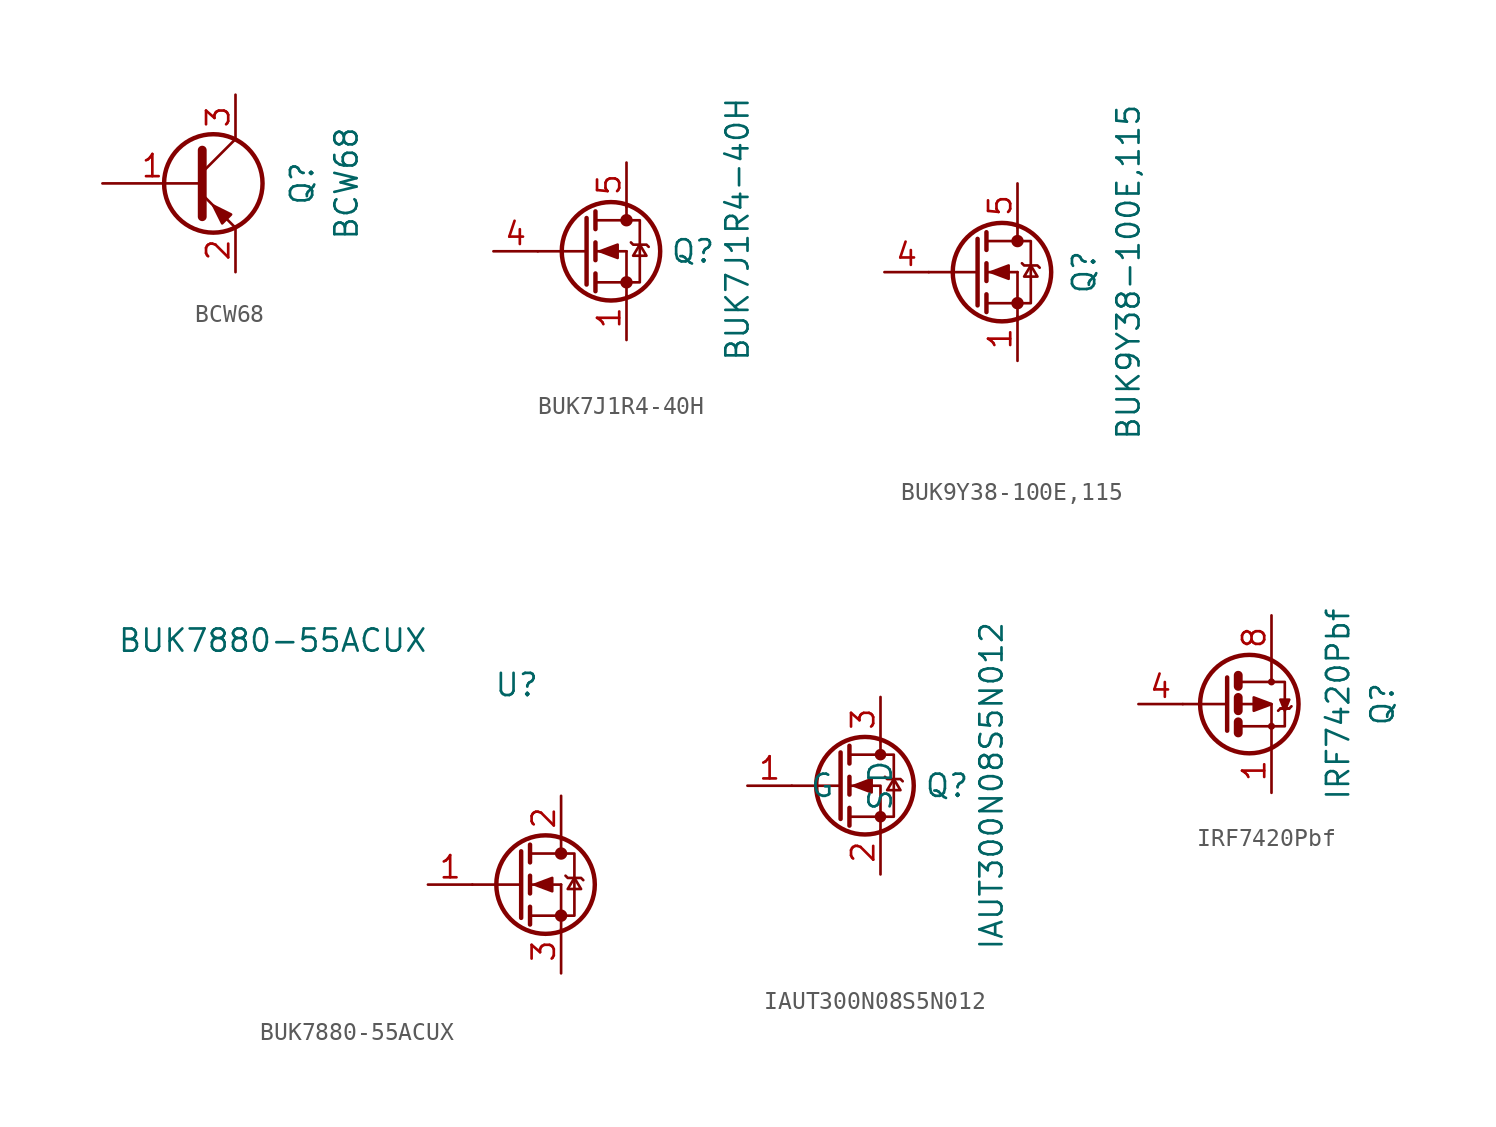
<source format=kicad_sym>
(kicad_symbol_lib
  (version 20211014)
  (generator kicad_symbol_editor)
  (symbol "BCW68"
    (pin_names
      (offset 1.016))
    (property "Reference" "Q"
      (at 3.81 0 90)
      (effects (font (size 1.27 1.27))))
    (property "Value" "BCW68"
      (at 6.35 0 90)
      (effects (font (size 1.27 1.27))))
    (symbol "BCW68_1_1"
      (circle (center -1.27 0) (radius 2.819) (stroke (width 0.254) (type default) (color 0 0 0 0)) (fill (type none)))
      (polyline (pts (xy -1.905 0.635) (xy 0 2.54)) (stroke (width 0) (type default) (color 0 0 0 0)) (fill (type none)))
      (polyline (pts (xy -1.905 -0.635) (xy 0 -2.54) (xy 0 -2.54)) (stroke (width 0) (type default) (color 0 0 0 0)) (fill (type none)))
      (polyline (pts (xy -1.905 1.905) (xy -1.905 -1.905) (xy -1.905 -1.905)) (stroke (width 0.508) (type default) (color 0 0 0 0)) (fill (type none)))
      (polyline (pts (xy -0.254 -1.778) (xy -0.762 -2.286) (xy -1.27 -1.27) (xy -0.254 -1.778) (xy -0.254 -1.778)) (stroke (width 0) (type default) (color 0 0 0 0)) (fill (type outline)))
      (pin input line (at -7.62 0 0) (length 5.715) (name "~" (effects (font (size 1.27 1.27)))) (number "1" (effects (font (size 1.27 1.27)))))
      (pin passive line (at 0 -5.08 90) (length 2.54) (name "~" (effects (font (size 1.27 1.27)))) (number "2" (effects (font (size 1.27 1.27)))))
      (pin passive line (at 0 5.08 270) (length 2.54) (name "~" (effects (font (size 1.27 1.27)))) (number "3" (effects (font (size 1.27 1.27)))))))
  (symbol "BUK7J1R4-40H"
    (pin_names
      (offset 1.016))
    (property "Reference" "Q"
      (at 3.81 0 0)
      (effects (font (size 1.27 1.27))))
    (property "Value" "BUK7J1R4-40H"
      (at 6.35 1.27 90)
      (effects (font (size 1.27 1.27))))
    (symbol "BUK7J1R4-40H_1_1"
      (circle (center -0.889 0) (radius 2.819) (stroke (width 0.254) (type default) (color 0 0 0 0)) (fill (type none)))
      (circle (center 0 -1.778) (radius 0.279) (stroke (width 0) (type default) (color 0 0 0 0)) (fill (type outline)))
      (polyline (pts (xy -5.08 0) (xy -2.286 0)) (stroke (width 0) (type default) (color 0 0 0 0)) (fill (type none)))
      (polyline (pts (xy -1.778 -1.778) (xy 0 -1.778)) (stroke (width 0) (type default) (color 0 0 0 0)) (fill (type none)))
      (polyline (pts (xy -1.778 -1.27) (xy -1.778 -2.286)) (stroke (width 0.254) (type default) (color 0 0 0 0)) (fill (type none)))
      (polyline (pts (xy -1.778 0) (xy 0 0)) (stroke (width 0) (type default) (color 0 0 0 0)) (fill (type none)))
      (polyline (pts (xy -1.778 0.508) (xy -1.778 -0.508)) (stroke (width 0.254) (type default) (color 0 0 0 0)) (fill (type none)))
      (polyline (pts (xy -1.778 1.778) (xy 0 1.778)) (stroke (width 0) (type default) (color 0 0 0 0)) (fill (type none)))
      (polyline (pts (xy -1.778 2.286) (xy -1.778 1.27)) (stroke (width 0.254) (type default) (color 0 0 0 0)) (fill (type none)))
      (polyline (pts (xy 0 -1.778) (xy 0 -2.54)) (stroke (width 0) (type default) (color 0 0 0 0)) (fill (type none)))
      (polyline (pts (xy 0 -1.778) (xy 0 0)) (stroke (width 0) (type default) (color 0 0 0 0)) (fill (type none)))
      (polyline (pts (xy 0 2.54) (xy 0 1.778)) (stroke (width 0) (type default) (color 0 0 0 0)) (fill (type none)))
      (polyline (pts (xy -2.286 1.905) (xy -2.286 -1.905) (xy -2.286 -1.905)) (stroke (width 0.254) (type default) (color 0 0 0 0)) (fill (type none)))
      (polyline (pts (xy -1.524 0) (xy -0.508 0.381) (xy -0.508 -0.381) (xy -1.524 0)) (stroke (width 0) (type default) (color 0 0 0 0)) (fill (type outline)))
      (polyline (pts (xy 0 -1.778) (xy 0.762 -1.778) (xy 0.762 1.778) (xy 0 1.778)) (stroke (width 0) (type default) (color 0 0 0 0)) (fill (type none)))
      (polyline (pts (xy 0.254 0.508) (xy 0.381 0.381) (xy 1.143 0.381) (xy 1.27 0.254)) (stroke (width 0) (type default) (color 0 0 0 0)) (fill (type none)))
      (polyline (pts (xy 0.762 0.381) (xy 0.381 -0.254) (xy 1.143 -0.254) (xy 0.762 0.381)) (stroke (width 0) (type default) (color 0 0 0 0)) (fill (type none)))
      (circle (center 0 1.778) (radius 0.279) (stroke (width 0) (type default) (color 0 0 0 0)) (fill (type outline)))
      (pin passive line (at 0 -5.08 90) (length 2.54) (name "~" (effects (font (size 1.27 1.27)))) (number "1" (effects (font (size 1.27 1.27)))))
      (pin passive line (at 0 -5.08 90) (length 2.54) hide (name "~" (effects (font (size 1.27 1.27)))) (number "2" (effects (font (size 1.27 1.27)))))
      (pin passive line (at 0 -5.08 90) (length 2.54) hide (name "~" (effects (font (size 1.27 1.27)))) (number "3" (effects (font (size 1.27 1.27)))))
      (pin input line (at -7.62 0 0) (length 2.54) (name "~" (effects (font (size 1.27 1.27)))) (number "4" (effects (font (size 1.27 1.27)))))
      (pin passive line (at 0 5.08 270) (length 2.54) (name "~" (effects (font (size 1.27 1.27)))) (number "5" (effects (font (size 1.27 1.27)))))))
  (symbol "BUK9Y38-100E,115"
    (pin_names
      (offset 1.016))
    (property "Reference" "Q"
      (at 3.81 0 90)
      (effects (font (size 1.27 1.27))))
    (property "Value" "BUK9Y38-100E,115"
      (at 6.35 0 90)
      (effects (font (size 1.27 1.27))))
    (symbol "BUK9Y38-100E,115_1_1"
      (circle (center -0.889 0) (radius 2.819) (stroke (width 0.254) (type default) (color 0 0 0 0)) (fill (type none)))
      (circle (center 0 -1.778) (radius 0.279) (stroke (width 0) (type default) (color 0 0 0 0)) (fill (type outline)))
      (polyline (pts (xy -5.08 0) (xy -2.286 0)) (stroke (width 0) (type default) (color 0 0 0 0)) (fill (type none)))
      (polyline (pts (xy -1.778 -1.778) (xy 0 -1.778)) (stroke (width 0) (type default) (color 0 0 0 0)) (fill (type none)))
      (polyline (pts (xy -1.778 -1.27) (xy -1.778 -2.286)) (stroke (width 0.254) (type default) (color 0 0 0 0)) (fill (type none)))
      (polyline (pts (xy -1.778 0) (xy 0 0)) (stroke (width 0) (type default) (color 0 0 0 0)) (fill (type none)))
      (polyline (pts (xy -1.778 0.508) (xy -1.778 -0.508)) (stroke (width 0.254) (type default) (color 0 0 0 0)) (fill (type none)))
      (polyline (pts (xy -1.778 1.778) (xy 0 1.778)) (stroke (width 0) (type default) (color 0 0 0 0)) (fill (type none)))
      (polyline (pts (xy -1.778 2.286) (xy -1.778 1.27)) (stroke (width 0.254) (type default) (color 0 0 0 0)) (fill (type none)))
      (polyline (pts (xy 0 -1.778) (xy 0 -2.54)) (stroke (width 0) (type default) (color 0 0 0 0)) (fill (type none)))
      (polyline (pts (xy 0 -1.778) (xy 0 0)) (stroke (width 0) (type default) (color 0 0 0 0)) (fill (type none)))
      (polyline (pts (xy 0 2.54) (xy 0 1.778)) (stroke (width 0) (type default) (color 0 0 0 0)) (fill (type none)))
      (polyline (pts (xy -2.286 1.905) (xy -2.286 -1.905) (xy -2.286 -1.905)) (stroke (width 0.254) (type default) (color 0 0 0 0)) (fill (type none)))
      (polyline (pts (xy -1.524 0) (xy -0.508 0.381) (xy -0.508 -0.381) (xy -1.524 0)) (stroke (width 0) (type default) (color 0 0 0 0)) (fill (type outline)))
      (polyline (pts (xy 0 -1.778) (xy 0.762 -1.778) (xy 0.762 1.778) (xy 0 1.778)) (stroke (width 0) (type default) (color 0 0 0 0)) (fill (type none)))
      (polyline (pts (xy 0.254 0.508) (xy 0.381 0.381) (xy 1.143 0.381) (xy 1.27 0.254)) (stroke (width 0) (type default) (color 0 0 0 0)) (fill (type none)))
      (polyline (pts (xy 0.762 0.381) (xy 0.381 -0.254) (xy 1.143 -0.254) (xy 0.762 0.381)) (stroke (width 0) (type default) (color 0 0 0 0)) (fill (type none)))
      (circle (center 0 1.778) (radius 0.279) (stroke (width 0) (type default) (color 0 0 0 0)) (fill (type outline)))
      (pin passive line (at 0 -5.08 90) (length 2.54) (name "~" (effects (font (size 1.27 1.27)))) (number "1" (effects (font (size 1.27 1.27)))))
      (pin passive line (at 0 -5.08 90) (length 2.54) hide (name "~" (effects (font (size 1.27 1.27)))) (number "2" (effects (font (size 1.27 1.27)))))
      (pin passive line (at 0 -5.08 90) (length 2.54) hide (name "~" (effects (font (size 1.27 1.27)))) (number "3" (effects (font (size 1.27 1.27)))))
      (pin input line (at -7.62 0 0) (length 2.54) (name "~" (effects (font (size 1.27 1.27)))) (number "4" (effects (font (size 1.27 1.27)))))
      (pin passive line (at 0 5.08 270) (length 2.54) (name "~" (effects (font (size 1.27 1.27)))) (number "5" (effects (font (size 1.27 1.27)))))))
  (symbol "BUK7880-55ACUX"
    (pin_names
      (offset 1.016))
    (property "Reference" "U"
      (at -2.54 11.43 0)
      (effects (font (size 1.27 1.27))))
    (property "Value" "BUK7880-55ACUX"
      (at -16.51 13.97 0)
      (effects (font (size 1.27 1.27))))
    (symbol "BUK7880-55ACUX_1_1"
      (circle (center -0.889 0) (radius 2.819) (stroke (width 0.254) (type default) (color 0 0 0 0)) (fill (type none)))
      (circle (center 0 -1.778) (radius 0.279) (stroke (width 0) (type default) (color 0 0 0 0)) (fill (type outline)))
      (polyline (pts (xy -5.08 0) (xy -2.286 0)) (stroke (width 0) (type default) (color 0 0 0 0)) (fill (type none)))
      (polyline (pts (xy -1.778 -1.778) (xy 0 -1.778)) (stroke (width 0) (type default) (color 0 0 0 0)) (fill (type none)))
      (polyline (pts (xy -1.778 -1.27) (xy -1.778 -2.286)) (stroke (width 0.254) (type default) (color 0 0 0 0)) (fill (type none)))
      (polyline (pts (xy -1.778 0) (xy 0 0)) (stroke (width 0) (type default) (color 0 0 0 0)) (fill (type none)))
      (polyline (pts (xy -1.778 0.508) (xy -1.778 -0.508)) (stroke (width 0.254) (type default) (color 0 0 0 0)) (fill (type none)))
      (polyline (pts (xy -1.778 1.778) (xy 0 1.778)) (stroke (width 0) (type default) (color 0 0 0 0)) (fill (type none)))
      (polyline (pts (xy -1.778 2.286) (xy -1.778 1.27)) (stroke (width 0.254) (type default) (color 0 0 0 0)) (fill (type none)))
      (polyline (pts (xy 0 -1.778) (xy 0 -2.54)) (stroke (width 0) (type default) (color 0 0 0 0)) (fill (type none)))
      (polyline (pts (xy 0 -1.778) (xy 0 0)) (stroke (width 0) (type default) (color 0 0 0 0)) (fill (type none)))
      (polyline (pts (xy 0 2.54) (xy 0 1.778)) (stroke (width 0) (type default) (color 0 0 0 0)) (fill (type none)))
      (polyline (pts (xy -2.286 1.905) (xy -2.286 -1.905) (xy -2.286 -1.905)) (stroke (width 0.254) (type default) (color 0 0 0 0)) (fill (type none)))
      (polyline (pts (xy -1.524 0) (xy -0.508 0.381) (xy -0.508 -0.381) (xy -1.524 0)) (stroke (width 0) (type default) (color 0 0 0 0)) (fill (type outline)))
      (polyline (pts (xy 0 -1.778) (xy 0.762 -1.778) (xy 0.762 1.778) (xy 0 1.778)) (stroke (width 0) (type default) (color 0 0 0 0)) (fill (type none)))
      (polyline (pts (xy 0.254 0.508) (xy 0.381 0.381) (xy 1.143 0.381) (xy 1.27 0.254)) (stroke (width 0) (type default) (color 0 0 0 0)) (fill (type none)))
      (polyline (pts (xy 0.762 0.381) (xy 0.381 -0.254) (xy 1.143 -0.254) (xy 0.762 0.381)) (stroke (width 0) (type default) (color 0 0 0 0)) (fill (type none)))
      (circle (center 0 1.778) (radius 0.279) (stroke (width 0) (type default) (color 0 0 0 0)) (fill (type outline)))
      (pin input line (at -7.62 0 0) (length 2.54) (name "~" (effects (font (size 1.27 1.27)))) (number "1" (effects (font (size 1.27 1.27)))))
      (pin passive line (at 0 5.08 270) (length 2.54) (name "~" (effects (font (size 1.27 1.27)))) (number "2" (effects (font (size 1.27 1.27)))))
      (pin passive line (at 0 -5.08 90) (length 2.54) (name "~" (effects (font (size 1.27 1.27)))) (number "3" (effects (font (size 1.27 1.27)))))))
  (symbol "IAUT300N08S5N012"
    (pin_names
      (offset 1.016))
    (property "Reference" "Q"
      (at 3.81 0 0)
      (effects (font (size 1.27 1.27))))
    (property "Value" "IAUT300N08S5N012"
      (at 6.35 0 90)
      (effects (font (size 1.27 1.27))))
    (symbol "IAUT300N08S5N012_1_1"
      (circle (center -0.889 0) (radius 2.794) (stroke (width 0.254) (type default) (color 0 0 0 0)) (fill (type none)))
      (circle (center 0 -1.778) (radius 0.254) (stroke (width 0) (type default) (color 0 0 0 0)) (fill (type outline)))
      (polyline (pts (xy -2.286 0) (xy -5.08 0)) (stroke (width 0) (type default) (color 0 0 0 0)) (fill (type none)))
      (polyline (pts (xy -2.286 1.905) (xy -2.286 -1.905)) (stroke (width 0.254) (type default) (color 0 0 0 0)) (fill (type none)))
      (polyline (pts (xy -1.778 -1.27) (xy -1.778 -2.286)) (stroke (width 0.254) (type default) (color 0 0 0 0)) (fill (type none)))
      (polyline (pts (xy -1.778 0.508) (xy -1.778 -0.508)) (stroke (width 0.254) (type default) (color 0 0 0 0)) (fill (type none)))
      (polyline (pts (xy -1.778 2.286) (xy -1.778 1.27)) (stroke (width 0.254) (type default) (color 0 0 0 0)) (fill (type none)))
      (polyline (pts (xy 0 2.54) (xy 0 1.778)) (stroke (width 0) (type default) (color 0 0 0 0)) (fill (type none)))
      (polyline (pts (xy 0 -2.54) (xy 0 0) (xy -1.778 0)) (stroke (width 0) (type default) (color 0 0 0 0)) (fill (type none)))
      (polyline (pts (xy -1.778 -1.778) (xy 0.762 -1.778) (xy 0.762 1.778) (xy -1.778 1.778)) (stroke (width 0) (type default) (color 0 0 0 0)) (fill (type none)))
      (polyline (pts (xy -1.524 0) (xy -0.508 0.381) (xy -0.508 -0.381) (xy -1.524 0)) (stroke (width 0) (type default) (color 0 0 0 0)) (fill (type outline)))
      (polyline (pts (xy 0.254 0.508) (xy 0.381 0.381) (xy 1.143 0.381) (xy 1.27 0.254)) (stroke (width 0) (type default) (color 0 0 0 0)) (fill (type none)))
      (polyline (pts (xy 0.762 0.381) (xy 0.381 -0.254) (xy 1.143 -0.254) (xy 0.762 0.381)) (stroke (width 0) (type default) (color 0 0 0 0)) (fill (type none)))
      (circle (center 0 1.778) (radius 0.254) (stroke (width 0) (type default) (color 0 0 0 0)) (fill (type outline)))
      (pin input line (at -7.62 0 0) (length 2.54) (name "G" (effects (font (size 1.27 1.27)))) (number "1" (effects (font (size 1.27 1.27)))))
      (pin bidirectional line (at 0 -5.08 90) (length 2.54) (name "S" (effects (font (size 1.27 1.27)))) (number "2" (effects (font (size 1.27 1.27)))))
      (pin bidirectional line (at 0 5.08 270) (length 2.54) (name "D" (effects (font (size 1.27 1.27)))) (number "3" (effects (font (size 1.27 1.27)))))))
  (symbol "IRF7420Pbf"
    (pin_names
      (offset 1.016))
    (property "Reference" "Q"
      (at 7.62 0 90)
      (effects (font (size 1.27 1.27))))
    (property "Value" "IRF7420Pbf"
      (at 5.08 0 90)
      (effects (font (size 1.27 1.27))))
    (symbol "IRF7420Pbf_1_1"
      (polyline (pts (xy -1.27 0) (xy -3.81 0)) (stroke (width 0) (type default) (color 0 0 0 0)) (fill (type none)))
      (polyline (pts (xy -0.635 -1.016) (xy -0.635 -1.651)) (stroke (width 0.508) (type default) (color 0 0 0 0)) (fill (type none)))
      (polyline (pts (xy -0.635 0.381) (xy -0.635 -0.381)) (stroke (width 0.508) (type default) (color 0 0 0 0)) (fill (type none)))
      (polyline (pts (xy -0.635 1.651) (xy -0.635 1.016)) (stroke (width 0.508) (type default) (color 0 0 0 0)) (fill (type none)))
      (polyline (pts (xy 1.778 -0.254) (xy 2.286 -0.254)) (stroke (width 0) (type default) (color 0 0 0 0)) (fill (type none)))
      (polyline (pts (xy -1.27 1.524) (xy -1.27 -1.524) (xy -1.27 -1.524)) (stroke (width 0.254) (type default) (color 0 0 0 0)) (fill (type none)))
      (polyline (pts (xy -0.508 -1.27) (xy 1.27 -1.27) (xy 1.27 -2.54) (xy 1.27 -2.54)) (stroke (width 0) (type default) (color 0 0 0 0)) (fill (type none)))
      (polyline (pts (xy -0.508 1.27) (xy 1.27 1.27) (xy 1.27 2.54) (xy 1.27 2.54)) (stroke (width 0) (type default) (color 0 0 0 0)) (fill (type none)))
      (polyline (pts (xy 1.27 0) (xy 0.254 0.381) (xy 0.254 -0.381) (xy 1.27 0)) (stroke (width 0) (type default) (color 0 0 0 0)) (fill (type outline)))
      (polyline (pts (xy 1.27 1.27) (xy 2.032 1.27) (xy 2.032 -1.27) (xy 1.27 -1.27)) (stroke (width 0) (type default) (color 0 0 0 0)) (fill (type none)))
      (polyline (pts (xy 1.778 0.254) (xy 2.286 0.254) (xy 2.032 -0.381) (xy 1.778 0.254)) (stroke (width 0) (type default) (color 0 0 0 0)) (fill (type outline)))
      (polyline (pts (xy 2.413 -0.127) (xy 2.286 -0.254) (xy 1.778 -0.254) (xy 1.651 -0.381)) (stroke (width 0) (type default) (color 0 0 0 0)) (fill (type none)))
      (polyline (pts (xy -0.508 0) (xy 0 0) (xy 1.27 0) (xy 1.27 -1.27) (xy 1.27 -1.27)) (stroke (width 0) (type default) (color 0 0 0 0)) (fill (type none)))
      (circle (center 0 0) (radius 2.819) (stroke (width 0.254) (type default) (color 0 0 0 0)) (fill (type none)))
      (circle (center 1.27 -1.27) (radius 0.127) (stroke (width 0) (type default) (color 0 0 0 0)) (fill (type none)))
      (circle (center 1.27 1.27) (radius 0.127) (stroke (width 0) (type default) (color 0 0 0 0)) (fill (type none)))
      (pin passive line (at 1.27 -5.08 90) (length 2.54) (name "~" (effects (font (size 1.27 1.27)))) (number "1" (effects (font (size 1.27 1.27)))))
      (pin passive line (at 1.27 -5.08 90) (length 2.54) hide (name "S1" (effects (font (size 1.27 1.27)))) (number "2" (effects (font (size 1.27 1.27)))))
      (pin passive line (at 1.27 -5.08 90) (length 2.54) hide (name "S1" (effects (font (size 1.27 1.27)))) (number "3" (effects (font (size 1.27 1.27)))))
      (pin input line (at -6.35 0 0) (length 2.54) (name "~" (effects (font (size 1.27 1.27)))) (number "4" (effects (font (size 1.27 1.27)))))
      (pin passive line (at 1.27 5.08 270) (length 2.54) hide (name "D1" (effects (font (size 1.27 1.27)))) (number "5" (effects (font (size 1.27 1.27)))))
      (pin passive line (at 1.27 5.08 270) (length 2.54) hide (name "D1" (effects (font (size 1.27 1.27)))) (number "6" (effects (font (size 1.27 1.27)))))
      (pin passive line (at 1.27 5.08 270) (length 2.54) hide (name "D1" (effects (font (size 1.27 1.27)))) (number "7" (effects (font (size 1.27 1.27)))))
      (pin passive line (at 1.27 5.08 270) (length 2.54) (name "~" (effects (font (size 1.27 1.27)))) (number "8" (effects (font (size 1.27 1.27))))))))
</source>
